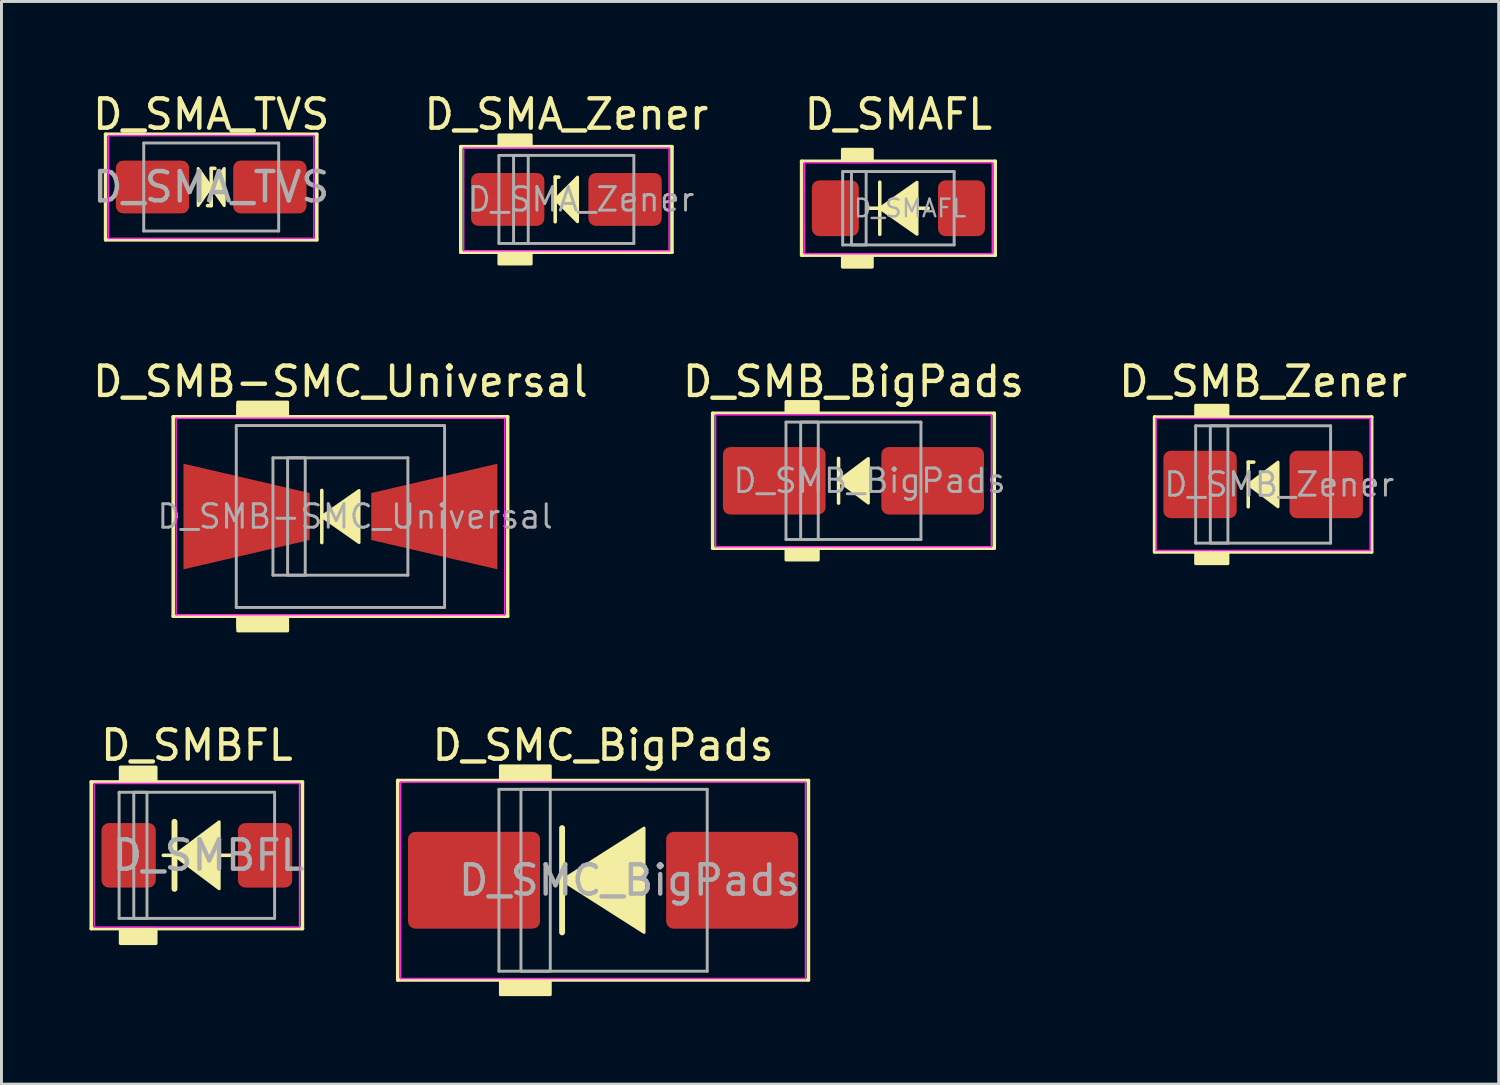
<source format=kicad_pcb>
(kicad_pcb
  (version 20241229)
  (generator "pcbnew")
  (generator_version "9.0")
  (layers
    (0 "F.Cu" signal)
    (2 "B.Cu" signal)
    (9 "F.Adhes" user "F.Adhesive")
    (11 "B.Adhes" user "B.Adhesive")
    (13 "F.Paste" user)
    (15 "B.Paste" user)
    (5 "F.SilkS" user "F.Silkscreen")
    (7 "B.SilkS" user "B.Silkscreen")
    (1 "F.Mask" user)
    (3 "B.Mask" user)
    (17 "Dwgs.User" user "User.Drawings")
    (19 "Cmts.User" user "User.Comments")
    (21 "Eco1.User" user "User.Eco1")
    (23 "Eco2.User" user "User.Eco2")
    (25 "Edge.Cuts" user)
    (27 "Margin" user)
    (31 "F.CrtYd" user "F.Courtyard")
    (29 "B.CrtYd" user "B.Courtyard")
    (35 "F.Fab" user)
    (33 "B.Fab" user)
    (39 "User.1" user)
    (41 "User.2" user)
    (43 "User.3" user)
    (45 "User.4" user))
  (footprint "D_SMBFL"
    (layer "F.Cu")
    (at 3.66 26.105)
    (property "Reference" "D_SMBFL" (at 0 -3.75 0) (unlocked yes) (layer "F.SilkS") (effects (font (size 1 1) (thickness 0.15))))
    (fp_line (start -3.6 -2.5) (end -3.6 2.5) (stroke (width 0.12) (type solid)) (layer "F.SilkS"))
    (fp_line (start -3.6 2.5) (end 3.6 2.5) (stroke (width 0.12) (type solid)) (layer "F.SilkS"))
    (fp_line (start -0.762 -1.143) (end -0.762 1.143) (stroke (width 0.2) (type solid)) (layer "F.SilkS"))
    (fp_line (start -0.762 0) (end -1.143 0) (stroke (width 0.12) (type solid)) (layer "F.SilkS"))
    (fp_line (start 0.762 0) (end 1.143 0) (stroke (width 0.12) (type solid)) (layer "F.SilkS"))
    (fp_line (start 3.6 -2.5) (end -3.6 -2.5) (stroke (width 0.12) (type solid)) (layer "F.SilkS"))
    (fp_line (start 3.6 2.5) (end 3.6 -2.5) (stroke (width 0.12) (type solid)) (layer "F.SilkS"))
    (fp_rect (start -2.6 -2.5) (end -1.4 -3) (stroke (width 0.12) (type solid)) (fill yes) (layer "F.SilkS"))
    (fp_rect (start -2.6 3) (end -1.4 2.5) (stroke (width 0.12) (type solid)) (fill yes) (layer "F.SilkS"))
    (fp_poly (pts (xy 0.762 1.143) (xy -0.762 0) (xy 0.762 -1.143)) (stroke (width 0.1) (type solid)) (fill yes) (layer "F.SilkS"))
    (fp_rect (start -3.5 -2.45) (end 3.5 2.45) (stroke (width 0.05) (type solid)) (fill no) (layer "F.CrtYd"))
    (fp_line (start -2.65 -2.15) (end -2.65 2.15) (stroke (width 0.1) (type solid)) (layer "F.Fab"))
    (fp_line (start -2.65 2.15) (end 2.65 2.15) (stroke (width 0.1) (type solid)) (layer "F.Fab"))
    (fp_line (start 2.65 -2.15) (end -2.65 -2.15) (stroke (width 0.1) (type solid)) (layer "F.Fab"))
    (fp_line (start 2.65 2.15) (end 2.65 -2.15) (stroke (width 0.1) (type solid)) (layer "F.Fab"))
    (fp_rect (start -2.15 -2.15) (end -1.7 2.15) (stroke (width 0.1) (type solid)) (fill no) (layer "F.Fab"))
    (fp_text user "${REFERENCE}" (at 0.4 0 0) (layer "F.Fab") (effects (font (size 1 1) (thickness 0.15))))
    (pad "1" smd roundrect (at -2.325 0) (size 1.85 2.2) (layers "F.Cu" "F.Mask" "F.Paste") (roundrect_rratio 0.135))
    (pad "2" smd roundrect (at 2.325 0) (size 1.85 2.2) (layers "F.Cu" "F.Mask" "F.Paste") (roundrect_rratio 0.135)))
  (footprint "D_SMB_BigPads"
    (layer "F.Cu")
    (at 26.042 13.338)
    (property "Reference" "D_SMB_BigPads" (at 0 -3.381 0) (layer "F.SilkS") (effects (font (size 1 1) (thickness 0.15))))
    (attr smd)
    (fp_line (start -4.8 -2.3) (end -4.8 2.3) (stroke (width 0.12) (type solid)) (layer "F.SilkS"))
    (fp_line (start -4.8 2.3) (end 4.8 2.3) (stroke (width 0.12) (type solid)) (layer "F.SilkS"))
    (fp_line (start -0.508 -0.762) (end -0.508 0.762) (stroke (width 0.12) (type solid)) (layer "F.SilkS"))
    (fp_line (start 4.8 -2.3) (end -4.8 -2.3) (stroke (width 0.12) (type solid)) (layer "F.SilkS"))
    (fp_line (start 4.8 2.3) (end 4.8 -2.3) (stroke (width 0.12) (type solid)) (layer "F.SilkS"))
    (fp_poly (pts (xy 0.508 0.762) (xy -0.508 0) (xy 0.508 -0.762)) (stroke (width 0.1) (type solid)) (fill yes) (layer "F.SilkS"))
    (fp_poly (pts (xy -1.2 -2.3) (xy -2.3 -2.3) (xy -2.3 -2.7) (xy -1.2 -2.7)) (stroke (width 0.1) (type solid)) (fill yes) (layer "F.SilkS"))
    (fp_poly (pts (xy -1.2 2.7) (xy -2.3 2.7) (xy -2.3 2.3) (xy -1.2 2.3)) (stroke (width 0.1) (type solid)) (fill yes) (layer "F.SilkS"))
    (fp_line (start -4.7 -2.25) (end 4.7 -2.25) (stroke (width 0.05) (type solid)) (layer "F.CrtYd"))
    (fp_line (start -4.7 2.25) (end -4.7 -2.25) (stroke (width 0.05) (type solid)) (layer "F.CrtYd"))
    (fp_line (start 4.7 -2.25) (end 4.7 2.25) (stroke (width 0.05) (type solid)) (layer "F.CrtYd"))
    (fp_line (start 4.7 2.25) (end -4.7 2.25) (stroke (width 0.05) (type solid)) (layer "F.CrtYd"))
    (fp_line (start -2.3 2) (end -2.3 -2) (stroke (width 0.1) (type solid)) (layer "F.Fab"))
    (fp_line (start 2.3 -2) (end -2.3 -2) (stroke (width 0.1) (type solid)) (layer "F.Fab"))
    (fp_line (start 2.3 -2) (end 2.3 2) (stroke (width 0.1) (type solid)) (layer "F.Fab"))
    (fp_line (start 2.3 2) (end -2.3 2) (stroke (width 0.1) (type solid)) (layer "F.Fab"))
    (fp_rect (start -1.8 -2) (end -1.2 2) (stroke (width 0.1) (type solid)) (fill no) (layer "F.Fab"))
    (fp_text user "${REFERENCE}" (at 0.55 0 0) (layer "F.Fab") (effects (font (size 0.8 0.8) (thickness 0.1))))
    (pad "1" smd roundrect (at -2.7 0) (size 3.5 2.3) (layers "F.Cu" "F.Mask" "F.Paste") (roundrect_rratio 0.109))
    (pad "2" smd roundrect (at 2.7 0) (size 3.5 2.3) (layers "F.Cu" "F.Mask" "F.Paste") (roundrect_rratio 0.109)))
  (footprint "D_SMB-SMC_Universal"
    (layer "F.Cu")
    (at 8.554 14.556)
    (property "Reference" "D_SMB-SMC_Universal" (at 0 -4.6 0) (layer "F.SilkS") (effects (font (size 1 1) (thickness 0.15))))
    (attr smd)
    (fp_line (start -5.7 -3.4) (end -5.7 3.4) (stroke (width 0.12) (type solid)) (layer "F.SilkS"))
    (fp_line (start -5.7 3.4) (end 5.7 3.4) (stroke (width 0.12) (type solid)) (layer "F.SilkS"))
    (fp_line (start -0.635 -0.889) (end -0.635 0.889) (stroke (width 0.12) (type solid)) (layer "F.SilkS"))
    (fp_line (start 5.7 -3.4) (end -5.7 -3.4) (stroke (width 0.12) (type solid)) (layer "F.SilkS"))
    (fp_line (start 5.7 3.4) (end 5.7 -3.4) (stroke (width 0.12) (type solid)) (layer "F.SilkS"))
    (fp_poly (pts (xy 0.635 0.889) (xy -0.635 0) (xy 0.635 -0.889)) (stroke (width 0.1) (type solid)) (fill yes) (layer "F.SilkS"))
    (fp_poly (pts (xy -2.4 -3.4) (xy -3.5 -3.4) (xy -3.5 -3.8) (xy -2.4 -3.8)) (stroke (width 0.1) (type solid)) (fill yes) (layer "F.SilkS"))
    (fp_poly (pts (xy -2.4 3.8) (xy -3.5 3.8) (xy -3.5 3.4) (xy -2.4 3.4)) (stroke (width 0.1) (type solid)) (fill yes) (layer "F.SilkS"))
    (fp_poly (pts (xy -1.8 -3.4) (xy -3.5 -3.4) (xy -3.5 -3.9) (xy -1.8 -3.9)) (stroke (width 0.1) (type solid)) (fill yes) (layer "F.SilkS"))
    (fp_poly (pts (xy -1.8 3.9) (xy -3.5 3.9) (xy -3.5 3.4) (xy -1.8 3.4)) (stroke (width 0.1) (type solid)) (fill yes) (layer "F.SilkS"))
    (fp_line (start -5.6 -3.35) (end 5.6 -3.35) (stroke (width 0.05) (type solid)) (layer "F.CrtYd"))
    (fp_line (start -5.6 3.35) (end -5.6 -3.35) (stroke (width 0.05) (type solid)) (layer "F.CrtYd"))
    (fp_line (start 5.6 -3.35) (end 5.6 3.35) (stroke (width 0.05) (type solid)) (layer "F.CrtYd"))
    (fp_line (start 5.6 3.35) (end -5.6 3.35) (stroke (width 0.05) (type solid)) (layer "F.CrtYd"))
    (fp_line (start -3.55 3.1) (end -3.55 -3.1) (stroke (width 0.1) (type solid)) (layer "F.Fab"))
    (fp_line (start -2.3 2) (end -2.3 -2) (stroke (width 0.1) (type solid)) (layer "F.Fab"))
    (fp_line (start 2.3 -2) (end -2.3 -2) (stroke (width 0.1) (type solid)) (layer "F.Fab"))
    (fp_line (start 2.3 -2) (end 2.3 2) (stroke (width 0.1) (type solid)) (layer "F.Fab"))
    (fp_line (start 2.3 2) (end -2.3 2) (stroke (width 0.1) (type solid)) (layer "F.Fab"))
    (fp_line (start 3.55 -3.1) (end -3.55 -3.1) (stroke (width 0.1) (type solid)) (layer "F.Fab"))
    (fp_line (start 3.55 -3.1) (end 3.55 3.1) (stroke (width 0.1) (type solid)) (layer "F.Fab"))
    (fp_line (start 3.55 3.1) (end -3.55 3.1) (stroke (width 0.1) (type solid)) (layer "F.Fab"))
    (fp_rect (start -1.8 -2) (end -1.2 2) (stroke (width 0.1) (type solid)) (fill no) (layer "F.Fab"))
    (fp_text user "${REFERENCE}" (at 0.5 0 0) (layer "F.Fab") (effects (font (size 0.8 0.8) (thickness 0.1))))
    (pad "1" smd trapezoid (at -3.2 0) (size 4.3 2.6) (rect_delta 1 0) (layers "F.Cu" "F.Mask" "F.Paste"))
    (pad "2" smd trapezoid (at 3.2 0 180) (size 4.3 2.6) (rect_delta 1 0) (layers "F.Cu" "F.Mask" "F.Paste")))
  (footprint "D_SMA_Zener"
    (layer "F.Cu")
    (at 16.256 3.748)
    (property "Reference" "D_SMA_Zener" (at 0 -2.9 0) (layer "F.SilkS") (effects (font (size 1 1) (thickness 0.15))))
    (attr smd)
    (fp_line (start -3.6 -1.8) (end -3.6 1.8) (stroke (width 0.12) (type solid)) (layer "F.SilkS"))
    (fp_line (start -3.6 1.8) (end 3.6 1.8) (stroke (width 0.12) (type solid)) (layer "F.SilkS"))
    (fp_line (start -0.381 -0.762) (end -0.381 0.762) (stroke (width 0.12) (type solid)) (layer "F.SilkS"))
    (fp_line (start -0.381 -0.762) (end -0.254 -0.762) (stroke (width 0.12) (type solid)) (layer "F.SilkS"))
    (fp_line (start 3.6 -1.8) (end -3.6 -1.8) (stroke (width 0.12) (type solid)) (layer "F.SilkS"))
    (fp_line (start 3.6 1.8) (end 3.6 -1.8) (stroke (width 0.12) (type solid)) (layer "F.SilkS"))
    (fp_poly (pts (xy 0.381 0.762) (xy -0.381 0) (xy 0.381 -0.762)) (stroke (width 0.1) (type solid)) (fill yes) (layer "F.SilkS"))
    (fp_poly (pts (xy -1.2 -1.8) (xy -2.3 -1.8) (xy -2.3 -2.2) (xy -1.2 -2.2)) (stroke (width 0.1) (type solid)) (fill yes) (layer "F.SilkS"))
    (fp_poly (pts (xy -1.2 2.2) (xy -2.3 2.2) (xy -2.3 1.8) (xy -1.2 1.8)) (stroke (width 0.1) (type solid)) (fill yes) (layer "F.SilkS"))
    (fp_line (start -3.5 -1.75) (end 3.5 -1.75) (stroke (width 0.05) (type solid)) (layer "F.CrtYd"))
    (fp_line (start -3.5 1.75) (end -3.5 -1.75) (stroke (width 0.05) (type solid)) (layer "F.CrtYd"))
    (fp_line (start 3.5 -1.75) (end 3.5 1.75) (stroke (width 0.05) (type solid)) (layer "F.CrtYd"))
    (fp_line (start 3.5 1.75) (end -3.5 1.75) (stroke (width 0.05) (type solid)) (layer "F.CrtYd"))
    (fp_line (start -2.3 1.5) (end -2.3 -1.5) (stroke (width 0.1) (type solid)) (layer "F.Fab"))
    (fp_line (start 2.3 -1.5) (end -2.3 -1.5) (stroke (width 0.1) (type solid)) (layer "F.Fab"))
    (fp_line (start 2.3 -1.5) (end 2.3 1.5) (stroke (width 0.1) (type solid)) (layer "F.Fab"))
    (fp_line (start 2.3 1.5) (end -2.3 1.5) (stroke (width 0.1) (type solid)) (layer "F.Fab"))
    (fp_rect (start -1.8 -1.5) (end -1.3 1.5) (stroke (width 0.1) (type solid)) (fill no) (layer "F.Fab"))
    (fp_text user "${REFERENCE}" (at 0.5 0 0) (layer "F.Fab") (effects (font (size 0.8 0.8) (thickness 0.1))))
    (pad "1" smd roundrect (at -2 0) (size 2.5 1.8) (layers "F.Cu" "F.Mask" "F.Paste") (roundrect_rratio 0.139))
    (pad "2" smd roundrect (at 2 0) (size 2.5 1.8) (layers "F.Cu" "F.Mask" "F.Paste") (roundrect_rratio 0.139)))
  (footprint "D_SMA_TVS"
    (layer "F.Cu")
    (at 4.149 3.325)
    (property "Reference" "D_SMA_TVS" (at 0 -2.477 0) (layer "F.SilkS") (effects (font (size 1 1) (thickness 0.15))))
    (attr smd)
    (fp_line (start -3.6 -1.8) (end -3.6 1.8) (stroke (width 0.12) (type solid)) (layer "F.SilkS"))
    (fp_line (start -3.6 1.8) (end 3.6 1.8) (stroke (width 0.12) (type solid)) (layer "F.SilkS"))
    (fp_line (start -0.127 0.635) (end 0 0.635) (stroke (width 0.12) (type solid)) (layer "F.SilkS"))
    (fp_line (start 0 -0.635) (end 0 0.635) (stroke (width 0.12) (type solid)) (layer "F.SilkS"))
    (fp_line (start 0 -0.635) (end 0.127 -0.635) (stroke (width 0.12) (type solid)) (layer "F.SilkS"))
    (fp_line (start 3.6 -1.8) (end -3.6 -1.8) (stroke (width 0.12) (type solid)) (layer "F.SilkS"))
    (fp_line (start 3.6 1.8) (end 3.6 -1.8) (stroke (width 0.12) (type solid)) (layer "F.SilkS"))
    (fp_poly (pts (xy 0 0) (xy -0.445 0.635) (xy -0.445 -0.635)) (stroke (width 0.1) (type solid)) (fill yes) (layer "F.SilkS"))
    (fp_poly (pts (xy 0 0) (xy 0.445 -0.635) (xy 0.445 0.635)) (stroke (width 0.1) (type solid)) (fill yes) (layer "F.SilkS"))
    (fp_line (start -3.5 -1.75) (end 3.5 -1.75) (stroke (width 0.05) (type solid)) (layer "F.CrtYd"))
    (fp_line (start -3.5 1.75) (end -3.5 -1.75) (stroke (width 0.05) (type solid)) (layer "F.CrtYd"))
    (fp_line (start 3.5 -1.75) (end 3.5 1.75) (stroke (width 0.05) (type solid)) (layer "F.CrtYd"))
    (fp_line (start 3.5 1.75) (end -3.5 1.75) (stroke (width 0.05) (type solid)) (layer "F.CrtYd"))
    (fp_line (start -2.3 1.5) (end -2.3 -1.5) (stroke (width 0.1) (type solid)) (layer "F.Fab"))
    (fp_line (start 2.3 -1.5) (end -2.3 -1.5) (stroke (width 0.1) (type solid)) (layer "F.Fab"))
    (fp_line (start 2.3 -1.5) (end 2.3 1.5) (stroke (width 0.1) (type solid)) (layer "F.Fab"))
    (fp_line (start 2.3 1.5) (end -2.3 1.5) (stroke (width 0.1) (type solid)) (layer "F.Fab"))
    (fp_text user "${REFERENCE}" (at 0 0 0) (layer "F.Fab") (effects (font (size 1 1) (thickness 0.15))))
    (pad "1" smd roundrect (at -2 0) (size 2.5 1.8) (layers "F.Cu" "F.Mask" "F.Paste") (roundrect_rratio 0.139))
    (pad "2" smd roundrect (at 2 0) (size 2.5 1.8) (layers "F.Cu" "F.Mask" "F.Paste") (roundrect_rratio 0.139)))
  (footprint "D_SMC_BigPads"
    (layer "F.Cu")
    (at 17.507 26.955)
    (property "Reference" "D_SMC_BigPads" (at 0 -4.6 0) (layer "F.SilkS") (effects (font (size 1 1) (thickness 0.15))))
    (attr smd)
    (fp_line (start -7 -3.4) (end -7 3.4) (stroke (width 0.12) (type solid)) (layer "F.SilkS"))
    (fp_line (start -7 3.4) (end 7 3.4) (stroke (width 0.12) (type solid)) (layer "F.SilkS"))
    (fp_line (start -1.397 -1.778) (end -1.397 1.778) (stroke (width 0.2) (type solid)) (layer "F.SilkS"))
    (fp_line (start 7 -3.4) (end -7 -3.4) (stroke (width 0.12) (type solid)) (layer "F.SilkS"))
    (fp_line (start 7 3.4) (end 7 -3.4) (stroke (width 0.12) (type solid)) (layer "F.SilkS"))
    (fp_poly (pts (xy 1.397 1.778) (xy -1.397 0) (xy 1.397 -1.778)) (stroke (width 0.1) (type solid)) (fill yes) (layer "F.SilkS"))
    (fp_poly (pts (xy -1.8 -3.4) (xy -3.5 -3.4) (xy -3.5 -3.9) (xy -1.8 -3.9)) (stroke (width 0.1) (type solid)) (fill yes) (layer "F.SilkS"))
    (fp_poly (pts (xy -1.8 3.9) (xy -3.5 3.9) (xy -3.5 3.4) (xy -1.8 3.4)) (stroke (width 0.1) (type solid)) (fill yes) (layer "F.SilkS"))
    (fp_line (start -6.9 -3.35) (end 6.9 -3.35) (stroke (width 0.05) (type solid)) (layer "F.CrtYd"))
    (fp_line (start -6.9 3.35) (end -6.9 -3.35) (stroke (width 0.05) (type solid)) (layer "F.CrtYd"))
    (fp_line (start 6.9 -3.35) (end 6.9 3.35) (stroke (width 0.05) (type solid)) (layer "F.CrtYd"))
    (fp_line (start 6.9 3.35) (end -6.9 3.35) (stroke (width 0.05) (type solid)) (layer "F.CrtYd"))
    (fp_line (start -3.55 3.1) (end -3.55 -3.1) (stroke (width 0.1) (type solid)) (layer "F.Fab"))
    (fp_line (start 3.55 -3.1) (end -3.55 -3.1) (stroke (width 0.1) (type solid)) (layer "F.Fab"))
    (fp_line (start 3.55 -3.1) (end 3.55 3.1) (stroke (width 0.1) (type solid)) (layer "F.Fab"))
    (fp_line (start 3.55 3.1) (end -3.55 3.1) (stroke (width 0.1) (type solid)) (layer "F.Fab"))
    (fp_rect (start -2.8 -3.1) (end -1.8 3.1) (stroke (width 0.1) (type solid)) (fill no) (layer "F.Fab"))
    (fp_text user "${REFERENCE}" (at 0.9 0 0) (layer "F.Fab") (effects (font (size 1 1) (thickness 0.15))))
    (pad "1" smd roundrect (at -4.4 0 90) (size 3.3 4.5) (layers "F.Cu" "F.Mask" "F.Paste") (roundrect_rratio 0.076))
    (pad "2" smd roundrect (at 4.4 0 90) (size 3.3 4.5) (layers "F.Cu" "F.Mask" "F.Paste") (roundrect_rratio 0.076)))
  (footprint "D_SMAFL"
    (layer "F.Cu")
    (at 27.574 4.048)
    (property "Reference" "D_SMAFL" (at 0 -3.2 0) (unlocked yes) (layer "F.SilkS") (effects (font (size 1 1) (thickness 0.15))))
    (fp_line (start -3.3 -1.6) (end -3.3 1.6) (stroke (width 0.12) (type solid)) (layer "F.SilkS"))
    (fp_line (start -3.3 1.6) (end 3.3 1.6) (stroke (width 0.12) (type solid)) (layer "F.SilkS"))
    (fp_line (start -0.635 -0.889) (end -0.635 0.889) (stroke (width 0.12) (type solid)) (layer "F.SilkS"))
    (fp_line (start -0.635 0) (end -1.016 0) (stroke (width 0.12) (type solid)) (layer "F.SilkS"))
    (fp_line (start 0.635 0) (end 1.016 0) (stroke (width 0.12) (type solid)) (layer "F.SilkS"))
    (fp_line (start 3.3 -1.6) (end -3.3 -1.6) (stroke (width 0.12) (type solid)) (layer "F.SilkS"))
    (fp_line (start 3.3 1.6) (end 3.3 -1.6) (stroke (width 0.12) (type solid)) (layer "F.SilkS"))
    (fp_rect (start -0.9 -2) (end -1.9 -1.6) (stroke (width 0.12) (type solid)) (fill yes) (layer "F.SilkS"))
    (fp_rect (start -0.9 1.6) (end -1.9 2) (stroke (width 0.12) (type solid)) (fill yes) (layer "F.SilkS"))
    (fp_poly (pts (xy 0.635 0.889) (xy -0.635 0) (xy 0.635 -0.889)) (stroke (width 0.1) (type solid)) (fill yes) (layer "F.SilkS"))
    (fp_rect (start -3.2 -1.55) (end 3.2 1.55) (stroke (width 0.05) (type solid)) (fill no) (layer "F.CrtYd"))
    (fp_line (start -1.9 -1.25) (end -1.9 1.25) (stroke (width 0.1) (type solid)) (layer "F.Fab"))
    (fp_line (start -1.9 1.25) (end 1.9 1.25) (stroke (width 0.1) (type solid)) (layer "F.Fab"))
    (fp_line (start 0 -1.25) (end -1.9 -1.25) (stroke (width 0.1) (type solid)) (layer "F.Fab"))
    (fp_line (start 1.9 -1.25) (end 0 -1.25) (stroke (width 0.1) (type solid)) (layer "F.Fab"))
    (fp_line (start 1.9 1.25) (end 1.9 -1.25) (stroke (width 0.1) (type solid)) (layer "F.Fab"))
    (fp_rect (start -1.6 -1.25) (end -1.1 1.25) (stroke (width 0.1) (type solid)) (fill no) (layer "F.Fab"))
    (fp_text user "${REFERENCE}" (at 0.4 0 0) (layer "F.Fab") (effects (font (size 0.6 0.6) (thickness 0.08))))
    (pad "1" smd roundrect (at -2.15 0) (size 1.6 1.9) (layers "F.Cu" "F.Mask" "F.Paste") (roundrect_rratio 0.156))
    (pad "2" smd roundrect (at 2.15 0) (size 1.6 1.9) (layers "F.Cu" "F.Mask" "F.Paste") (roundrect_rratio 0.156)))
  (footprint "D_SMB_Zener"
    (layer "F.Cu")
    (at 40.006 13.464)
    (property "Reference" "D_SMB_Zener" (at 0 -3.508 0) (layer "F.SilkS") (effects (font (size 1 1) (thickness 0.15))))
    (attr smd)
    (fp_line (start -3.7 -2.3) (end -3.7 2.3) (stroke (width 0.12) (type solid)) (layer "F.SilkS"))
    (fp_line (start -3.7 2.3) (end 3.7 2.3) (stroke (width 0.12) (type solid)) (layer "F.SilkS"))
    (fp_line (start -0.508 -0.762) (end -0.508 0.762) (stroke (width 0.12) (type solid)) (layer "F.SilkS"))
    (fp_line (start -0.508 -0.762) (end -0.318 -0.762) (stroke (width 0.12) (type solid)) (layer "F.SilkS"))
    (fp_line (start 3.7 -2.3) (end -3.7 -2.3) (stroke (width 0.12) (type solid)) (layer "F.SilkS"))
    (fp_line (start 3.7 2.3) (end 3.7 -2.3) (stroke (width 0.12) (type solid)) (layer "F.SilkS"))
    (fp_poly (pts (xy 0.508 0.762) (xy -0.508 0) (xy 0.508 -0.762)) (stroke (width 0.1) (type solid)) (fill yes) (layer "F.SilkS"))
    (fp_poly (pts (xy -1.2 -2.3) (xy -2.3 -2.3) (xy -2.3 -2.7) (xy -1.2 -2.7)) (stroke (width 0.1) (type solid)) (fill yes) (layer "F.SilkS"))
    (fp_poly (pts (xy -1.2 2.7) (xy -2.3 2.7) (xy -2.3 2.3) (xy -1.2 2.3)) (stroke (width 0.1) (type solid)) (fill yes) (layer "F.SilkS"))
    (fp_line (start -3.65 -2.25) (end 3.65 -2.25) (stroke (width 0.05) (type solid)) (layer "F.CrtYd"))
    (fp_line (start -3.65 2.25) (end -3.65 -2.25) (stroke (width 0.05) (type solid)) (layer "F.CrtYd"))
    (fp_line (start 3.65 -2.25) (end 3.65 2.25) (stroke (width 0.05) (type solid)) (layer "F.CrtYd"))
    (fp_line (start 3.65 2.25) (end -3.65 2.25) (stroke (width 0.05) (type solid)) (layer "F.CrtYd"))
    (fp_line (start -2.3 2) (end -2.3 -2) (stroke (width 0.1) (type solid)) (layer "F.Fab"))
    (fp_line (start 2.3 -2) (end -2.3 -2) (stroke (width 0.1) (type solid)) (layer "F.Fab"))
    (fp_line (start 2.3 -2) (end 2.3 2) (stroke (width 0.1) (type solid)) (layer "F.Fab"))
    (fp_line (start 2.3 2) (end -2.3 2) (stroke (width 0.1) (type solid)) (layer "F.Fab"))
    (fp_rect (start -1.8 -2) (end -1.2 2) (stroke (width 0.1) (type solid)) (fill no) (layer "F.Fab"))
    (fp_text user "${REFERENCE}" (at 0.55 0 0) (layer "F.Fab") (effects (font (size 0.8 0.8) (thickness 0.1))))
    (pad "1" smd roundrect (at -2.15 0) (size 2.5 2.3) (layers "F.Cu" "F.Mask" "F.Paste") (roundrect_rratio 0.109))
    (pad "2" smd roundrect (at 2.15 0) (size 2.5 2.3) (layers "F.Cu" "F.Mask" "F.Paste") (roundrect_rratio 0.109)))
  (gr_rect
    (start -3 -3)
    (end 48.036 33.905)
    (stroke (width 0.1) (type default))
    (fill no)
    (layer "Edge.Cuts")))
</source>
